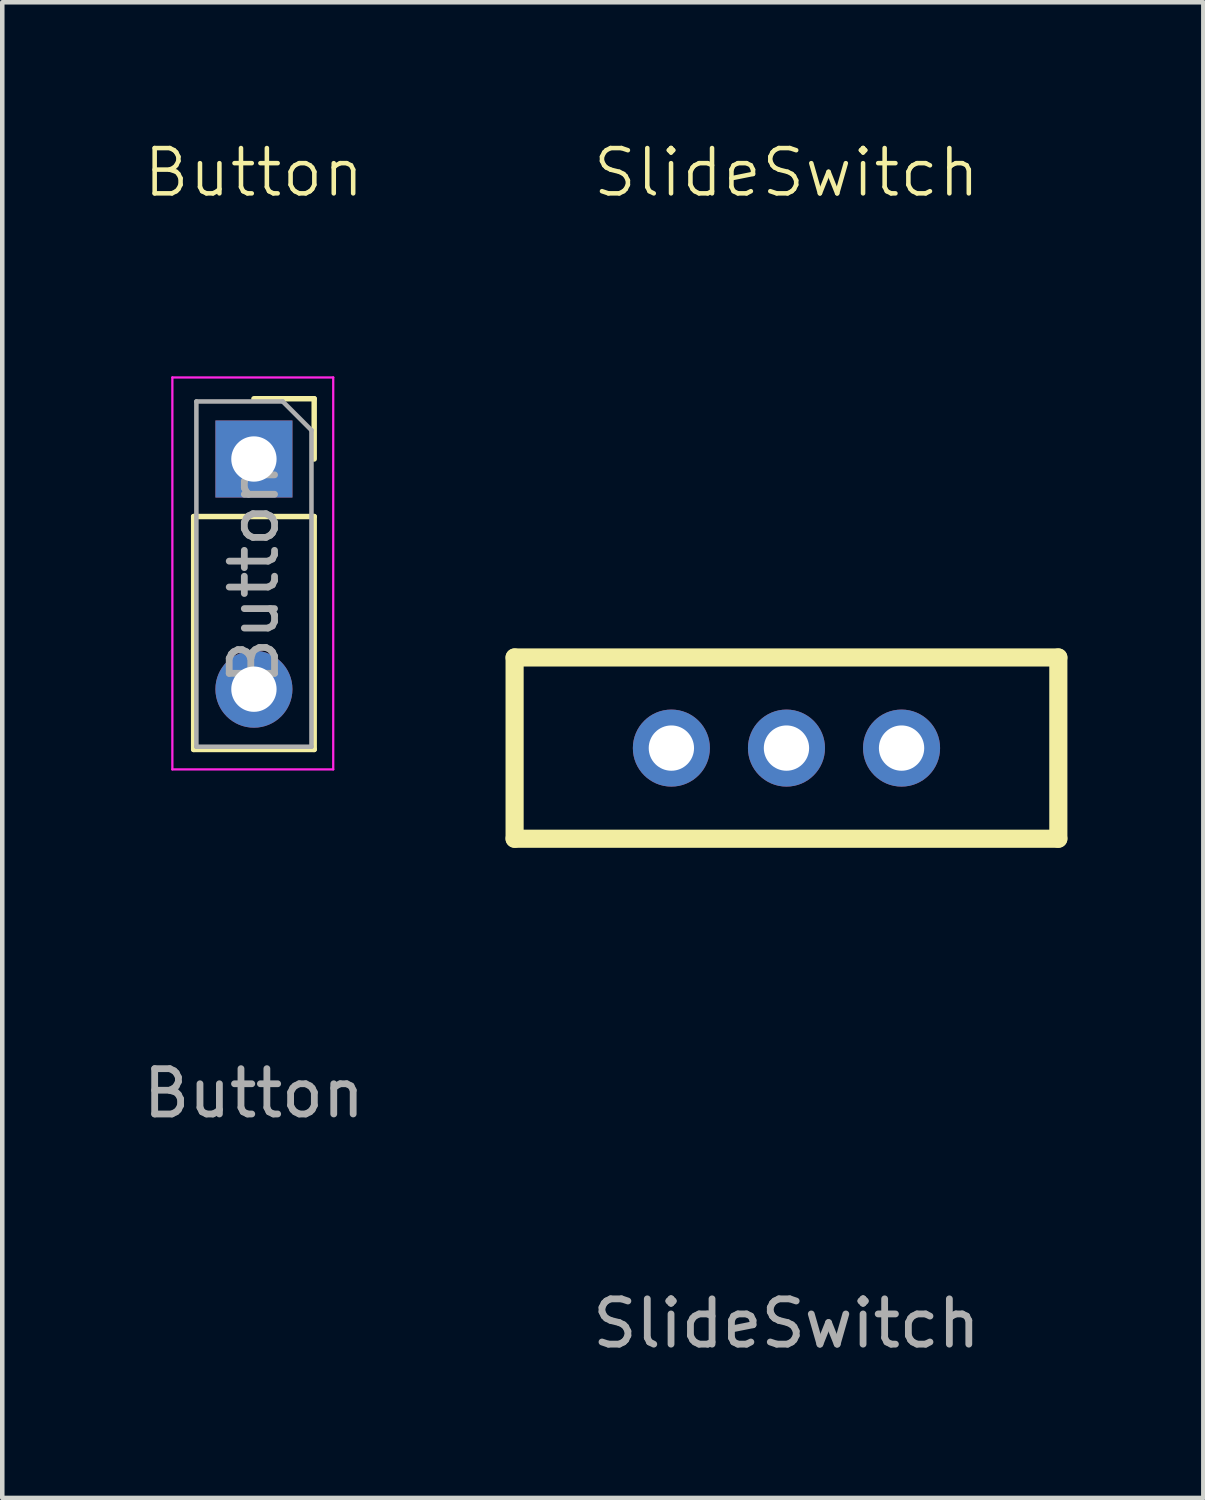
<source format=kicad_pcb>
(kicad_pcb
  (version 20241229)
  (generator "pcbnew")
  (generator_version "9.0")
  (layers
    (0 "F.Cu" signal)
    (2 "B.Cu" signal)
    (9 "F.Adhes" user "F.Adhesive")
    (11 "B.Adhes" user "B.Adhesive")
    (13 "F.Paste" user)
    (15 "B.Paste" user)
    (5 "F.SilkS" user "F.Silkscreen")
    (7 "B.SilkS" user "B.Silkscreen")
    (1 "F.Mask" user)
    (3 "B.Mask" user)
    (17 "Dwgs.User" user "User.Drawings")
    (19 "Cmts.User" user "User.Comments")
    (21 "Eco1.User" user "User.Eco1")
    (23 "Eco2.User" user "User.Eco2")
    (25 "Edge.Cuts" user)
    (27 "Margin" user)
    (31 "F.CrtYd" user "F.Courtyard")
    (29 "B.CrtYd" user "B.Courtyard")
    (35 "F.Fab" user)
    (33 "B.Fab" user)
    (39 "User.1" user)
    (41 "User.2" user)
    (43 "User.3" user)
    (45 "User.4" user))
  (footprint "Button"
    (layer "F.Cu")
    (at 2.554 9.62)
    (property "Reference" "Button" (at 0 -8.86 0) (unlocked yes) (layer "F.SilkS") (effects (font (size 1 1) (thickness 0.1))))
    (attr smd)
    (fp_line (start -1.33 -1.27) (end -1.33 3.87) (stroke (width 0.12) (type solid)) (layer "F.SilkS"))
    (fp_line (start -1.33 -1.27) (end 1.33 -1.27) (stroke (width 0.12) (type solid)) (layer "F.SilkS"))
    (fp_line (start -1.33 3.87) (end 1.33 3.87) (stroke (width 0.12) (type solid)) (layer "F.SilkS"))
    (fp_line (start 0 -3.87) (end 1.33 -3.87) (stroke (width 0.12) (type solid)) (layer "F.SilkS"))
    (fp_line (start 1.33 -3.87) (end 1.33 -2.54) (stroke (width 0.12) (type solid)) (layer "F.SilkS"))
    (fp_line (start 1.33 -1.27) (end 1.33 3.87) (stroke (width 0.12) (type solid)) (layer "F.SilkS"))
    (fp_line (start -1.8 -4.34) (end 1.75 -4.34) (stroke (width 0.05) (type solid)) (layer "F.CrtYd"))
    (fp_line (start -1.8 4.31) (end -1.8 -4.34) (stroke (width 0.05) (type solid)) (layer "F.CrtYd"))
    (fp_line (start 1.75 -4.34) (end 1.75 4.31) (stroke (width 0.05) (type solid)) (layer "F.CrtYd"))
    (fp_line (start 1.75 4.31) (end -1.8 4.31) (stroke (width 0.05) (type solid)) (layer "F.CrtYd"))
    (fp_line (start -1.27 -3.81) (end 0.635 -3.81) (stroke (width 0.1) (type solid)) (layer "F.Fab"))
    (fp_line (start -1.27 3.81) (end -1.27 -3.81) (stroke (width 0.1) (type solid)) (layer "F.Fab"))
    (fp_line (start 0.635 -3.81) (end 1.27 -3.175) (stroke (width 0.1) (type solid)) (layer "F.Fab"))
    (fp_line (start 1.27 -3.175) (end 1.27 3.81) (stroke (width 0.1) (type solid)) (layer "F.Fab"))
    (fp_line (start 1.27 3.81) (end -1.27 3.81) (stroke (width 0.1) (type solid)) (layer "F.Fab"))
    (fp_text user "${REFERENCE}" (at 0 11.46 0) (unlocked yes) (layer "F.Fab") (effects (font (size 1 1) (thickness 0.15))))
    (fp_text user "${REFERENCE}" (at 0 0 90) (layer "F.Fab") (effects (font (size 1 1) (thickness 0.15))))
    (pad "1" thru_hole rect (at 0 -2.54) (size 1.7 1.7) (drill 1) (layers "*.Cu" "*.Mask"))
    (pad "2" thru_hole oval (at 0 2.54) (size 1.7 1.7) (drill 1) (layers "*.Cu" "*.Mask")))
  (footprint "SlideSwitch"
    (layer "F.Cu")
    (at 14.307 13.46)
    (property "Reference" "SlideSwitch" (at 0 -12.7 0) (unlocked yes) (layer "F.SilkS") (effects (font (size 1 1) (thickness 0.1))))
    (attr through_hole)
    (fp_line (start -6 -2) (end 6 -2) (stroke (width 0.4) (type default)) (layer "F.SilkS"))
    (fp_line (start -6 2) (end -6 -2) (stroke (width 0.4) (type default)) (layer "F.SilkS"))
    (fp_line (start -6 2) (end 6 2) (stroke (width 0.4) (type default)) (layer "F.SilkS"))
    (fp_line (start 6 2) (end 6 -2) (stroke (width 0.4) (type default)) (layer "F.SilkS"))
    (fp_text user "${REFERENCE}" (at 0 12.7 0) (unlocked yes) (layer "F.Fab") (effects (font (size 1 1) (thickness 0.15))))
    (pad "1" thru_hole circle (at -2.54 0) (size 1.7 1.7) (drill 1) (layers "*.Cu" "*.Mask"))
    (pad "2" thru_hole circle (at 0 0) (size 1.7 1.7) (drill 1) (layers "*.Cu" "*.Mask"))
    (pad "3" thru_hole circle (at 2.54 0) (size 1.7 1.7) (drill 1) (layers "*.Cu" "*.Mask")))
  (gr_rect
    (start -3 -3)
    (end 23.507 30.009)
    (stroke (width 0.1) (type default))
    (fill no)
    (layer "Edge.Cuts")))
</source>
